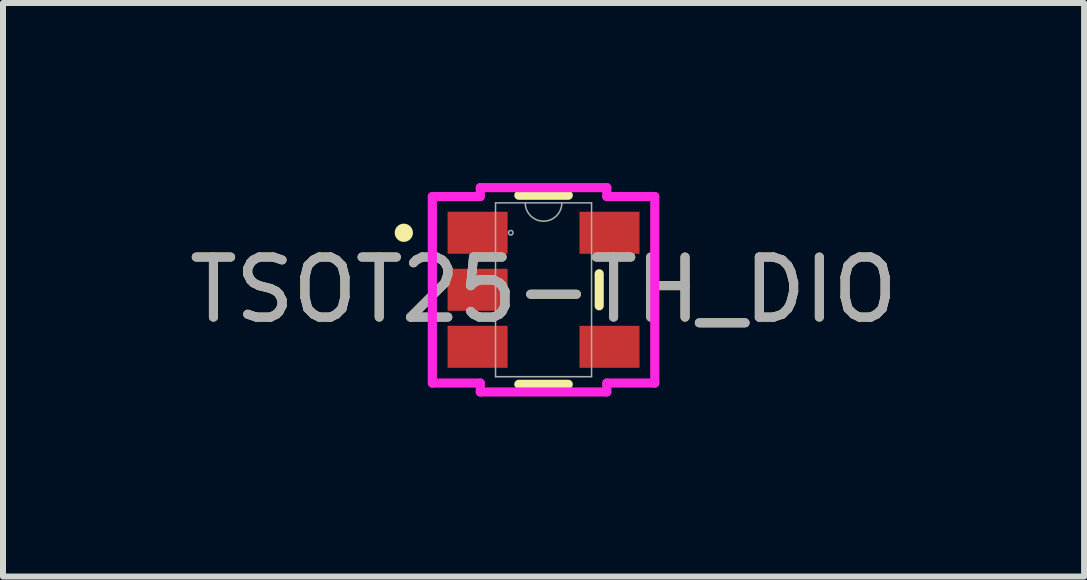
<source format=kicad_pcb>
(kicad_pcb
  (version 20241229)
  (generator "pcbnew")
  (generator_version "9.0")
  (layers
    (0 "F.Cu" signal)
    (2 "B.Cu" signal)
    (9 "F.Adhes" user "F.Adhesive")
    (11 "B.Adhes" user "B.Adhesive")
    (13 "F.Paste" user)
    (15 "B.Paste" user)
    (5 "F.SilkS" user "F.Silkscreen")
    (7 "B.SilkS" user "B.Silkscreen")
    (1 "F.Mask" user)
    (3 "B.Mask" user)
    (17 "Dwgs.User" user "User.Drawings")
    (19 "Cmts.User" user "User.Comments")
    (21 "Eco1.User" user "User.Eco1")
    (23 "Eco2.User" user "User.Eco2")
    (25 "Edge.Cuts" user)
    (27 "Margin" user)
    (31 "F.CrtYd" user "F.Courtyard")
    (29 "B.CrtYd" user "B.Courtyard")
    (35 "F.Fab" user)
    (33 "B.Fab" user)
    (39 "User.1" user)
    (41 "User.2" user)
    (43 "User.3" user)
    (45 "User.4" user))
  (footprint "TSOT25-TH_DIO"
    (layer "F.Cu")
    (at 6.006 1.778)
    (property "Reference" "TSOT25-TH_DIO" (at 0 0 0) (unlocked yes) (layer "F.SilkS") (effects (font (size 1 1) (thickness 0.15))))
    (attr smd)
    (fp_line (start -0.412 1.575) (end 0.412 1.575) (stroke (width 0.152) (type solid)) (layer "F.SilkS"))
    (fp_line (start 0.412 -1.575) (end -0.412 -1.575) (stroke (width 0.152) (type solid)) (layer "F.SilkS"))
    (fp_line (start 0.927 0.267) (end 0.927 -0.267) (stroke (width 0.152) (type solid)) (layer "F.SilkS"))
    (fp_circle (center -2.328 -0.95) (end -2.252 -0.95) (stroke (width 0.152) (type solid)) (fill no) (layer "F.SilkS"))
    (fp_line (start -1.853 -1.554) (end -1.054 -1.554) (stroke (width 0.152) (type solid)) (layer "F.CrtYd"))
    (fp_line (start -1.853 1.554) (end -1.853 -1.554) (stroke (width 0.152) (type solid)) (layer "F.CrtYd"))
    (fp_line (start -1.853 1.554) (end -1.054 1.554) (stroke (width 0.152) (type solid)) (layer "F.CrtYd"))
    (fp_line (start -1.054 -1.702) (end 1.054 -1.702) (stroke (width 0.152) (type solid)) (layer "F.CrtYd"))
    (fp_line (start -1.054 -1.554) (end -1.054 -1.702) (stroke (width 0.152) (type solid)) (layer "F.CrtYd"))
    (fp_line (start -1.054 1.702) (end -1.054 1.554) (stroke (width 0.152) (type solid)) (layer "F.CrtYd"))
    (fp_line (start 1.054 -1.702) (end 1.054 -1.554) (stroke (width 0.152) (type solid)) (layer "F.CrtYd"))
    (fp_line (start 1.054 1.554) (end 1.054 1.702) (stroke (width 0.152) (type solid)) (layer "F.CrtYd"))
    (fp_line (start 1.054 1.702) (end -1.054 1.702) (stroke (width 0.152) (type solid)) (layer "F.CrtYd"))
    (fp_line (start 1.853 -1.554) (end 1.054 -1.554) (stroke (width 0.152) (type solid)) (layer "F.CrtYd"))
    (fp_line (start 1.853 -1.554) (end 1.853 1.554) (stroke (width 0.152) (type solid)) (layer "F.CrtYd"))
    (fp_line (start 1.853 1.554) (end 1.054 1.554) (stroke (width 0.152) (type solid)) (layer "F.CrtYd"))
    (fp_line (start -0.8 -1.448) (end -0.8 1.448) (stroke (width 0.025) (type solid)) (layer "F.Fab"))
    (fp_line (start -0.8 1.448) (end 0.8 1.448) (stroke (width 0.025) (type solid)) (layer "F.Fab"))
    (fp_line (start 0.8 -1.448) (end -0.8 -1.448) (stroke (width 0.025) (type solid)) (layer "F.Fab"))
    (fp_line (start 0.8 1.448) (end 0.8 -1.448) (stroke (width 0.025) (type solid)) (layer "F.Fab"))
    (fp_arc (start 0.3048 -1.4478) (mid 0 -1.143) (end -0.3048 -1.4478) (stroke (width 0.0254) (type solid)) (layer "F.Fab"))
    (fp_circle (center -0.546 -0.95) (end -0.508 -0.95) (stroke (width 0.025) (type solid)) (fill no) (layer "F.Fab"))
    (fp_text user "${REFERENCE}" (at 0 0 0) (unlocked yes) (layer "F.Fab") (effects (font (size 1 1) (thickness 0.15))))
    (pad "1" smd rect (at -1.099 -0.95) (size 1 0.7) (layers "F.Cu" "F.Mask" "F.Paste"))
    (pad "2" smd rect (at -1.099 0) (size 1 0.7) (layers "F.Cu" "F.Mask" "F.Paste"))
    (pad "3" smd rect (at -1.099 0.95) (size 1 0.7) (layers "F.Cu" "F.Mask" "F.Paste"))
    (pad "4" smd rect (at 1.099 0.95) (size 1 0.7) (layers "F.Cu" "F.Mask" "F.Paste"))
    (pad "5" smd rect (at 1.099 -0.95) (size 1 0.7) (layers "F.Cu" "F.Mask" "F.Paste")))
  (gr_rect
    (start -3 -3)
    (end 15.012 6.556)
    (stroke (width 0.1) (type default))
    (fill no)
    (layer "Edge.Cuts")))
</source>
